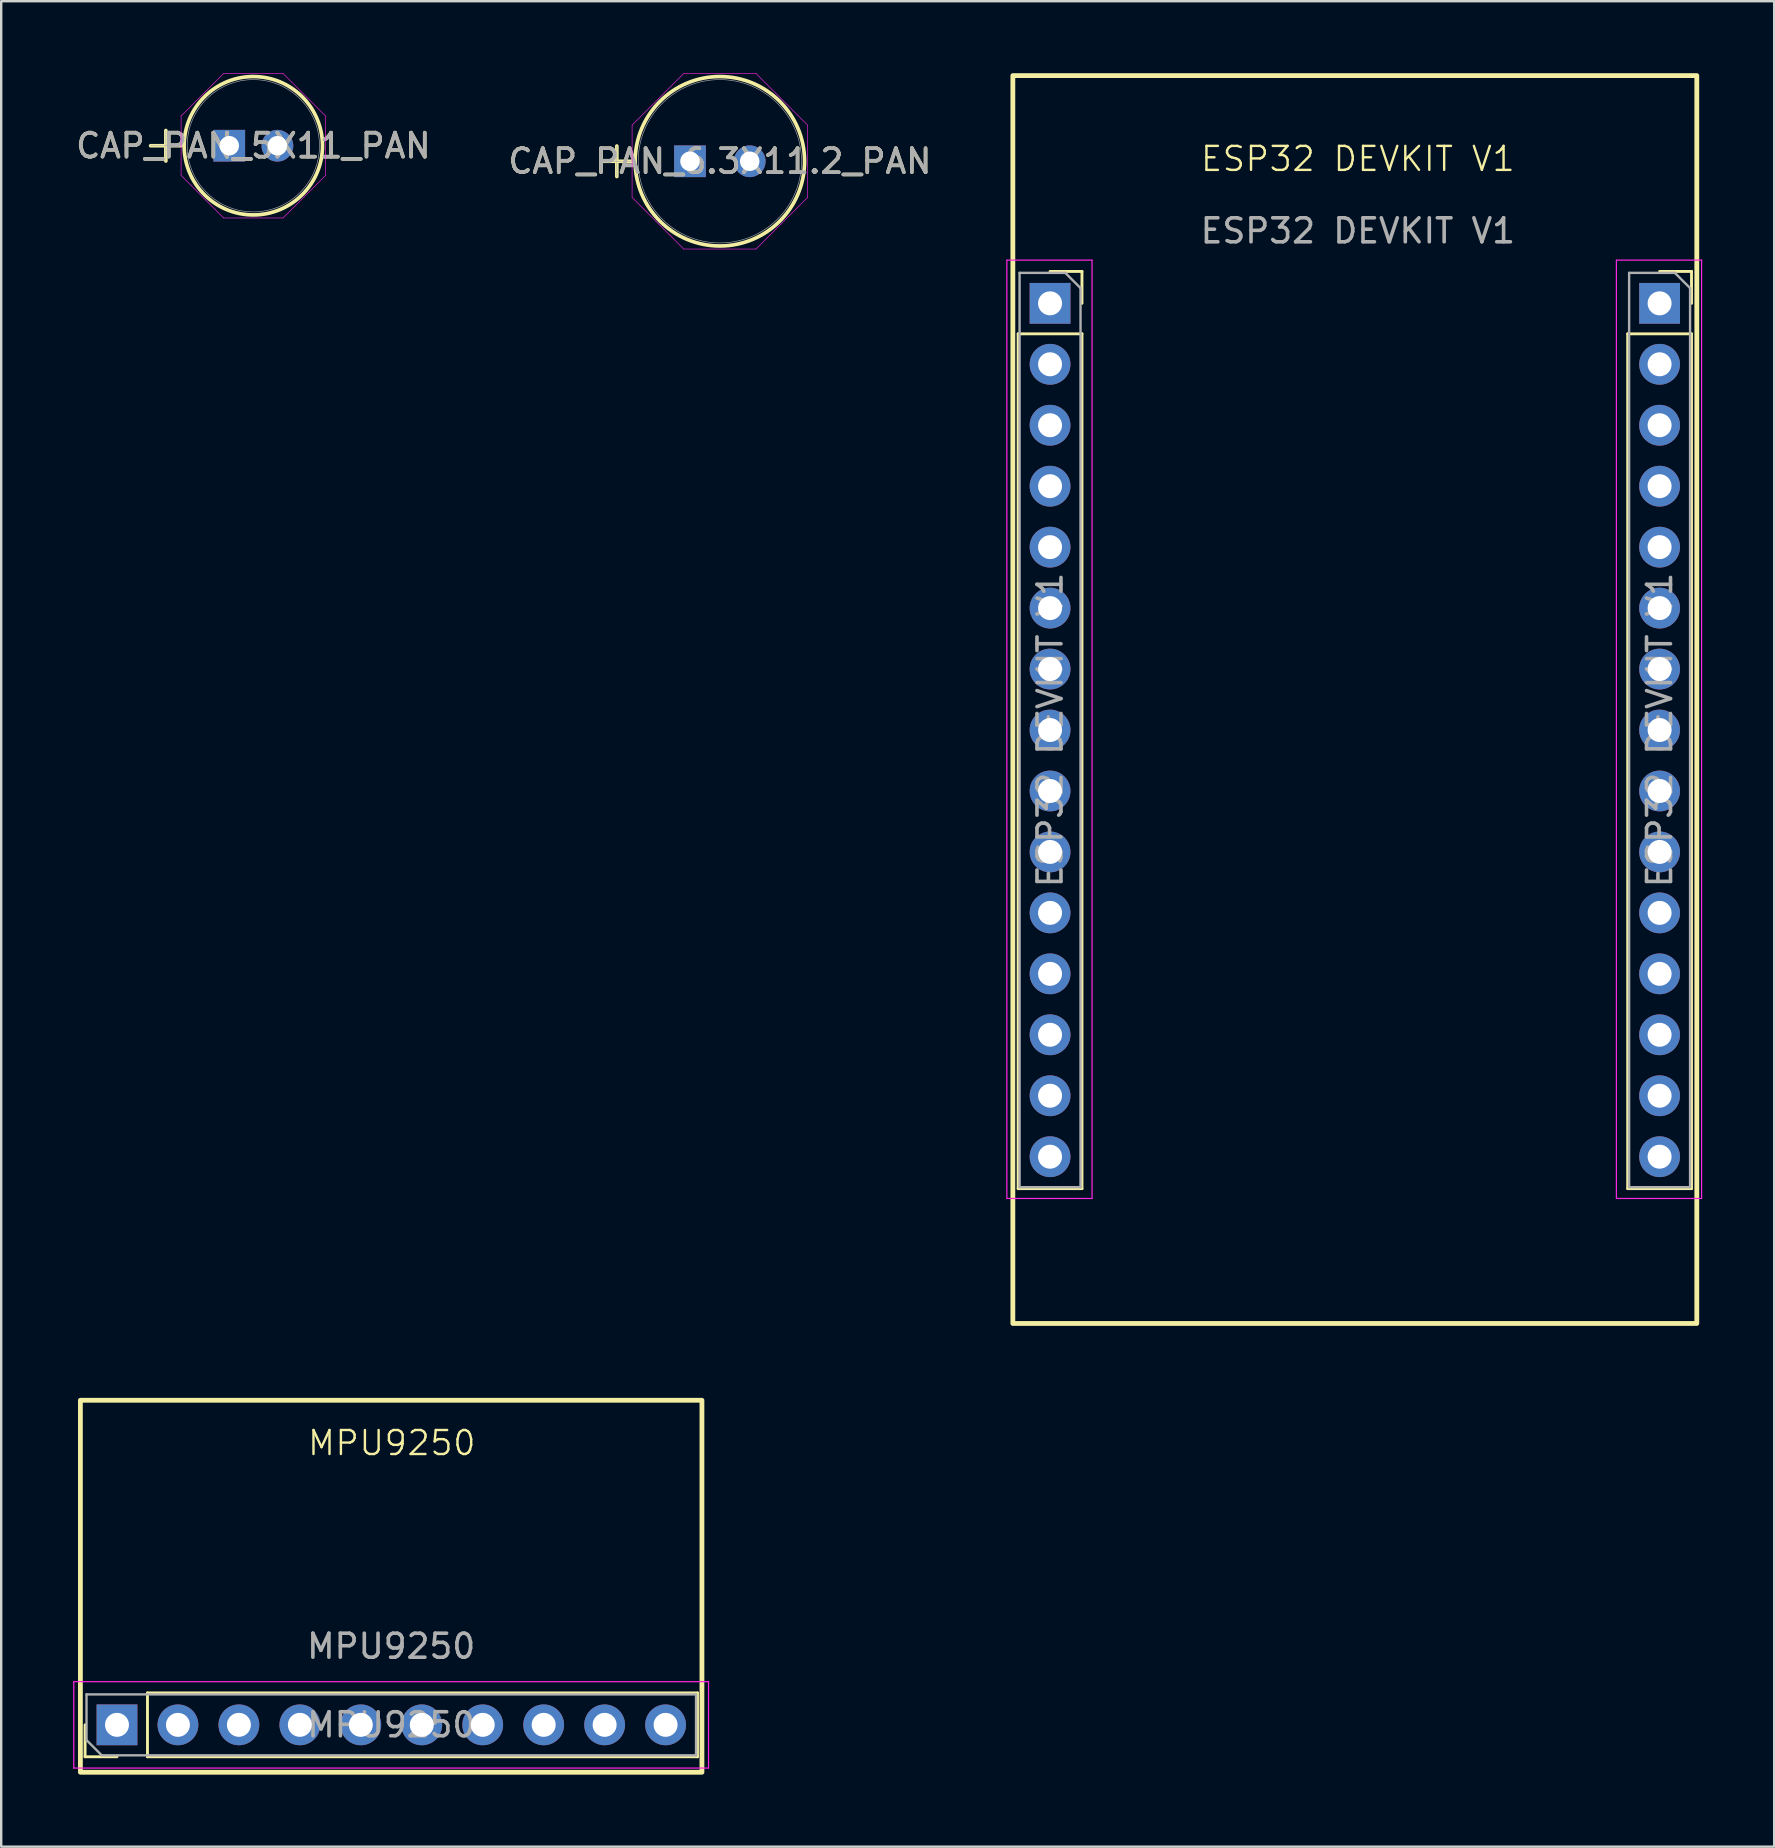
<source format=kicad_pcb>
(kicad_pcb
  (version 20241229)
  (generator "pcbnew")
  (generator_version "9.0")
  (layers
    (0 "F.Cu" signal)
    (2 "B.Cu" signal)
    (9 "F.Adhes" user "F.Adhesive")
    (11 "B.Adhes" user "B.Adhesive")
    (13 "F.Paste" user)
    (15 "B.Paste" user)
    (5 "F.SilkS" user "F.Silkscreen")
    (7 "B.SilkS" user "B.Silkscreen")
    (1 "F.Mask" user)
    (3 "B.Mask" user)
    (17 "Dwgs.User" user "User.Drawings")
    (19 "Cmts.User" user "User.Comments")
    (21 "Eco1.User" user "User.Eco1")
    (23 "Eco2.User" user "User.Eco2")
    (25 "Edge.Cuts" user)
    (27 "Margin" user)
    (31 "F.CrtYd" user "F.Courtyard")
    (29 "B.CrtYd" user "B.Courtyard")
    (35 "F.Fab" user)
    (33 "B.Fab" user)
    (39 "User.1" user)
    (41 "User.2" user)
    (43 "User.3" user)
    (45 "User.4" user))
  (footprint "CAP_PAN_5X11_PAN"
    (layer "F.Cu")
    (at 6.503 3.023)
    (property "Reference" "CAP_PAN_5X11_PAN" (at 1.003 0 0) (unlocked yes) (layer "F.SilkS") (effects (font (size 1 1) (thickness 0.15))))
    (attr through_hole)
    (fp_line (start -3.277 0) (end -2.007 0) (stroke (width 0.152) (type solid)) (layer "F.SilkS"))
    (fp_line (start -2.642 -0.635) (end -2.642 0.635) (stroke (width 0.152) (type solid)) (layer "F.SilkS"))
    (fp_circle (center 1.003 0) (end 3.886 0) (stroke (width 0.152) (type solid)) (fill no) (layer "F.SilkS"))
    (fp_line (start -2.007 -1.239) (end -0.236 -3.01) (stroke (width 0.025) (type solid)) (layer "F.CrtYd"))
    (fp_line (start -2.007 1.239) (end -2.007 -1.239) (stroke (width 0.025) (type solid)) (layer "F.CrtYd"))
    (fp_line (start -0.236 -3.01) (end 2.243 -3.01) (stroke (width 0.025) (type solid)) (layer "F.CrtYd"))
    (fp_line (start -0.236 3.01) (end -2.007 1.239) (stroke (width 0.025) (type solid)) (layer "F.CrtYd"))
    (fp_line (start 2.243 -3.01) (end 4.013 -1.239) (stroke (width 0.025) (type solid)) (layer "F.CrtYd"))
    (fp_line (start 2.243 3.01) (end -0.236 3.01) (stroke (width 0.025) (type solid)) (layer "F.CrtYd"))
    (fp_line (start 4.013 -1.239) (end 4.013 1.239) (stroke (width 0.025) (type solid)) (layer "F.CrtYd"))
    (fp_line (start 4.013 1.239) (end 2.243 3.01) (stroke (width 0.025) (type solid)) (layer "F.CrtYd"))
    (fp_line (start -3.277 0) (end -2.007 0) (stroke (width 0.025) (type solid)) (layer "F.Fab"))
    (fp_line (start -2.642 -0.635) (end -2.642 0.635) (stroke (width 0.025) (type solid)) (layer "F.Fab"))
    (fp_circle (center 1.003 0) (end 3.759 0) (stroke (width 0.025) (type solid)) (fill no) (layer "F.Fab"))
    (fp_text user "${REFERENCE}" (at 1.003 0 0) (unlocked yes) (layer "F.Fab") (effects (font (size 1 1) (thickness 0.15))))
    (pad "1" thru_hole rect (at 0 0) (size 1.321 1.321) (drill 0.813) (layers "*.Cu" "*.Mask"))
    (pad "2" thru_hole circle (at 2.007 0) (size 1.321 1.321) (drill 0.813) (layers "*.Cu" "*.Mask")))
  (footprint "ESP32 DEVKIT V1"
    (layer "F.Cu")
    (at 53.406 26.1)
    (property "Reference" "ESP32 DEVKIT V1" (at 0.127 -22.53 0) (unlocked yes) (layer "F.SilkS") (effects (font (size 1 1) (thickness 0.1))))
    (attr smd)
    (fp_line (start -14.03 -15.24) (end -14.03 20.38) (stroke (width 0.12) (type solid)) (layer "F.SilkS"))
    (fp_line (start -14.03 -15.24) (end -11.37 -15.24) (stroke (width 0.12) (type solid)) (layer "F.SilkS"))
    (fp_line (start -14.03 20.38) (end -11.37 20.38) (stroke (width 0.12) (type solid)) (layer "F.SilkS"))
    (fp_line (start -12.7 -17.84) (end -11.37 -17.84) (stroke (width 0.12) (type solid)) (layer "F.SilkS"))
    (fp_line (start -11.37 -17.84) (end -11.37 -16.51) (stroke (width 0.12) (type solid)) (layer "F.SilkS"))
    (fp_line (start -11.37 -15.24) (end -11.37 20.38) (stroke (width 0.12) (type solid)) (layer "F.SilkS"))
    (fp_line (start 11.37 -15.24) (end 11.37 20.38) (stroke (width 0.12) (type solid)) (layer "F.SilkS"))
    (fp_line (start 11.37 -15.24) (end 14.03 -15.24) (stroke (width 0.12) (type solid)) (layer "F.SilkS"))
    (fp_line (start 11.37 20.38) (end 14.03 20.38) (stroke (width 0.12) (type solid)) (layer "F.SilkS"))
    (fp_line (start 12.7 -17.84) (end 14.03 -17.84) (stroke (width 0.12) (type solid)) (layer "F.SilkS"))
    (fp_line (start 14.03 -17.84) (end 14.03 -16.51) (stroke (width 0.12) (type solid)) (layer "F.SilkS"))
    (fp_line (start 14.03 -15.24) (end 14.03 20.38) (stroke (width 0.12) (type solid)) (layer "F.SilkS"))
    (fp_rect (start -14.25 -26) (end 14.25 26) (stroke (width 0.2) (type default)) (fill no) (layer "F.SilkS"))
    (fp_line (start -14.5 -18.31) (end -10.95 -18.31) (stroke (width 0.05) (type solid)) (layer "F.CrtYd"))
    (fp_line (start -14.5 20.79) (end -14.5 -18.31) (stroke (width 0.05) (type solid)) (layer "F.CrtYd"))
    (fp_line (start -10.95 -18.31) (end -10.95 20.79) (stroke (width 0.05) (type solid)) (layer "F.CrtYd"))
    (fp_line (start -10.95 20.79) (end -14.5 20.79) (stroke (width 0.05) (type solid)) (layer "F.CrtYd"))
    (fp_line (start 10.9 -18.31) (end 14.45 -18.31) (stroke (width 0.05) (type solid)) (layer "F.CrtYd"))
    (fp_line (start 10.9 20.79) (end 10.9 -18.31) (stroke (width 0.05) (type solid)) (layer "F.CrtYd"))
    (fp_line (start 14.45 -18.31) (end 14.45 20.79) (stroke (width 0.05) (type solid)) (layer "F.CrtYd"))
    (fp_line (start 14.45 20.79) (end 10.9 20.79) (stroke (width 0.05) (type solid)) (layer "F.CrtYd"))
    (fp_line (start -13.97 -17.78) (end -12.065 -17.78) (stroke (width 0.1) (type solid)) (layer "F.Fab"))
    (fp_line (start -13.97 20.32) (end -13.97 -17.78) (stroke (width 0.1) (type solid)) (layer "F.Fab"))
    (fp_line (start -12.065 -17.78) (end -11.43 -17.145) (stroke (width 0.1) (type solid)) (layer "F.Fab"))
    (fp_line (start -11.43 -17.145) (end -11.43 20.32) (stroke (width 0.1) (type solid)) (layer "F.Fab"))
    (fp_line (start -11.43 20.32) (end -13.97 20.32) (stroke (width 0.1) (type solid)) (layer "F.Fab"))
    (fp_line (start 11.43 -17.78) (end 13.335 -17.78) (stroke (width 0.1) (type solid)) (layer "F.Fab"))
    (fp_line (start 11.43 20.32) (end 11.43 -17.78) (stroke (width 0.1) (type solid)) (layer "F.Fab"))
    (fp_line (start 13.335 -17.78) (end 13.97 -17.145) (stroke (width 0.1) (type solid)) (layer "F.Fab"))
    (fp_line (start 13.97 -17.145) (end 13.97 20.32) (stroke (width 0.1) (type solid)) (layer "F.Fab"))
    (fp_line (start 13.97 20.32) (end 11.43 20.32) (stroke (width 0.1) (type solid)) (layer "F.Fab"))
    (fp_text user "${REFERENCE}" (at -12.7 1.27 90) (layer "F.Fab") (effects (font (size 1 1) (thickness 0.15))))
    (fp_text user "${REFERENCE}" (at 12.7 1.27 90) (layer "F.Fab") (effects (font (size 1 1) (thickness 0.15))))
    (fp_text user "${REFERENCE}" (at 0.127 -19.53 0) (unlocked yes) (layer "F.Fab") (effects (font (size 1 1) (thickness 0.15))))
    (pad "1" thru_hole rect (at -12.7 -16.51) (size 1.7 1.7) (drill 1) (layers "*.Cu" "*.Mask"))
    (pad "2" thru_hole oval (at -12.7 -13.97) (size 1.7 1.7) (drill 1) (layers "*.Cu" "*.Mask"))
    (pad "3" thru_hole oval (at -12.7 -11.43) (size 1.7 1.7) (drill 1) (layers "*.Cu" "*.Mask"))
    (pad "4" thru_hole oval (at -12.7 -8.89) (size 1.7 1.7) (drill 1) (layers "*.Cu" "*.Mask"))
    (pad "5" thru_hole oval (at -12.7 -6.35) (size 1.7 1.7) (drill 1) (layers "*.Cu" "*.Mask"))
    (pad "6" thru_hole oval (at -12.7 -3.81) (size 1.7 1.7) (drill 1) (layers "*.Cu" "*.Mask"))
    (pad "7" thru_hole oval (at -12.7 -1.27) (size 1.7 1.7) (drill 1) (layers "*.Cu" "*.Mask"))
    (pad "8" thru_hole oval (at -12.7 1.27) (size 1.7 1.7) (drill 1) (layers "*.Cu" "*.Mask"))
    (pad "9" thru_hole oval (at -12.7 3.81) (size 1.7 1.7) (drill 1) (layers "*.Cu" "*.Mask"))
    (pad "10" thru_hole oval (at -12.7 6.35) (size 1.7 1.7) (drill 1) (layers "*.Cu" "*.Mask"))
    (pad "11" thru_hole oval (at -12.7 8.89) (size 1.7 1.7) (drill 1) (layers "*.Cu" "*.Mask"))
    (pad "12" thru_hole oval (at -12.7 11.43) (size 1.7 1.7) (drill 1) (layers "*.Cu" "*.Mask"))
    (pad "13" thru_hole oval (at -12.7 13.97) (size 1.7 1.7) (drill 1) (layers "*.Cu" "*.Mask"))
    (pad "14" thru_hole oval (at -12.7 16.51) (size 1.7 1.7) (drill 1) (layers "*.Cu" "*.Mask"))
    (pad "15" thru_hole oval (at -12.7 19.05) (size 1.7 1.7) (drill 1) (layers "*.Cu" "*.Mask"))
    (pad "16" thru_hole rect (at 12.7 -16.51) (size 1.7 1.7) (drill 1) (layers "*.Cu" "*.Mask"))
    (pad "17" thru_hole oval (at 12.7 -13.97) (size 1.7 1.7) (drill 1) (layers "*.Cu" "*.Mask"))
    (pad "18" thru_hole oval (at 12.7 -11.43) (size 1.7 1.7) (drill 1) (layers "*.Cu" "*.Mask"))
    (pad "19" thru_hole oval (at 12.7 -8.89) (size 1.7 1.7) (drill 1) (layers "*.Cu" "*.Mask"))
    (pad "20" thru_hole oval (at 12.7 -6.35) (size 1.7 1.7) (drill 1) (layers "*.Cu" "*.Mask"))
    (pad "21" thru_hole oval (at 12.7 -3.81) (size 1.7 1.7) (drill 1) (layers "*.Cu" "*.Mask"))
    (pad "22" thru_hole oval (at 12.7 -1.27) (size 1.7 1.7) (drill 1) (layers "*.Cu" "*.Mask"))
    (pad "23" thru_hole oval (at 12.7 1.27) (size 1.7 1.7) (drill 1) (layers "*.Cu" "*.Mask"))
    (pad "24" thru_hole oval (at 12.7 3.81) (size 1.7 1.7) (drill 1) (layers "*.Cu" "*.Mask"))
    (pad "25" thru_hole oval (at 12.7 6.35) (size 1.7 1.7) (drill 1) (layers "*.Cu" "*.Mask"))
    (pad "26" thru_hole oval (at 12.7 8.89) (size 1.7 1.7) (drill 1) (layers "*.Cu" "*.Mask"))
    (pad "27" thru_hole oval (at 12.7 11.43) (size 1.7 1.7) (drill 1) (layers "*.Cu" "*.Mask"))
    (pad "28" thru_hole oval (at 12.7 13.97) (size 1.7 1.7) (drill 1) (layers "*.Cu" "*.Mask"))
    (pad "29" thru_hole oval (at 12.7 16.51) (size 1.7 1.7) (drill 1) (layers "*.Cu" "*.Mask"))
    (pad "30" thru_hole oval (at 12.7 19.05) (size 1.7 1.7) (drill 1) (layers "*.Cu" "*.Mask")))
  (footprint "MPU9250"
    (layer "F.Cu")
    (at 13.25 63.05)
    (property "Reference" "MPU9250" (at 0.025 -5.969 0) (unlocked yes) (layer "F.SilkS") (effects (font (size 1 1) (thickness 0.1))))
    (attr smd)
    (fp_line (start -12.755 7.105) (end -12.755 5.775) (stroke (width 0.12) (type solid)) (layer "F.SilkS"))
    (fp_line (start -11.425 7.105) (end -12.755 7.105) (stroke (width 0.12) (type solid)) (layer "F.SilkS"))
    (fp_line (start -10.155 4.445) (end 12.765 4.445) (stroke (width 0.12) (type solid)) (layer "F.SilkS"))
    (fp_line (start -10.155 7.105) (end -10.155 4.445) (stroke (width 0.12) (type solid)) (layer "F.SilkS"))
    (fp_line (start -10.155 7.105) (end 12.765 7.105) (stroke (width 0.12) (type solid)) (layer "F.SilkS"))
    (fp_line (start 12.765 7.105) (end 12.765 4.445) (stroke (width 0.12) (type solid)) (layer "F.SilkS"))
    (fp_rect (start -12.95 -7.75) (end 12.95 7.75) (stroke (width 0.2) (type default)) (fill no) (layer "F.SilkS"))
    (fp_line (start -13.225 3.975) (end -13.225 7.575) (stroke (width 0.05) (type solid)) (layer "F.CrtYd"))
    (fp_line (start -13.225 7.575) (end 13.225 7.575) (stroke (width 0.05) (type solid)) (layer "F.CrtYd"))
    (fp_line (start 13.225 3.975) (end -13.225 3.975) (stroke (width 0.05) (type solid)) (layer "F.CrtYd"))
    (fp_line (start 13.225 7.575) (end 13.225 3.975) (stroke (width 0.05) (type solid)) (layer "F.CrtYd"))
    (fp_line (start -12.695 4.505) (end 12.705 4.505) (stroke (width 0.1) (type solid)) (layer "F.Fab"))
    (fp_line (start -12.695 6.41) (end -12.695 4.505) (stroke (width 0.1) (type solid)) (layer "F.Fab"))
    (fp_line (start -12.06 7.045) (end -12.695 6.41) (stroke (width 0.1) (type solid)) (layer "F.Fab"))
    (fp_line (start 12.705 4.505) (end 12.705 7.045) (stroke (width 0.1) (type solid)) (layer "F.Fab"))
    (fp_line (start 12.705 7.045) (end -12.06 7.045) (stroke (width 0.1) (type solid)) (layer "F.Fab"))
    (fp_text user "${REFERENCE}" (at 0.005 5.775 180) (layer "F.Fab") (effects (font (size 1 1) (thickness 0.15))))
    (fp_text user "${REFERENCE}" (at 0 2.5 0) (unlocked yes) (layer "F.Fab") (effects (font (size 1 1) (thickness 0.15))))
    (pad "1" thru_hole rect (at -11.425 5.775 90) (size 1.7 1.7) (drill 1) (layers "*.Cu" "*.Mask"))
    (pad "2" thru_hole oval (at -8.885 5.775 90) (size 1.7 1.7) (drill 1) (layers "*.Cu" "*.Mask"))
    (pad "3" thru_hole oval (at -6.345 5.775 90) (size 1.7 1.7) (drill 1) (layers "*.Cu" "*.Mask"))
    (pad "4" thru_hole oval (at -3.805 5.775 90) (size 1.7 1.7) (drill 1) (layers "*.Cu" "*.Mask"))
    (pad "5" thru_hole oval (at -1.265 5.775 90) (size 1.7 1.7) (drill 1) (layers "*.Cu" "*.Mask"))
    (pad "6" thru_hole oval (at 1.275 5.775 90) (size 1.7 1.7) (drill 1) (layers "*.Cu" "*.Mask"))
    (pad "7" thru_hole oval (at 3.815 5.775 90) (size 1.7 1.7) (drill 1) (layers "*.Cu" "*.Mask"))
    (pad "8" thru_hole oval (at 6.355 5.775 90) (size 1.7 1.7) (drill 1) (layers "*.Cu" "*.Mask"))
    (pad "9" thru_hole oval (at 8.895 5.775 90) (size 1.7 1.7) (drill 1) (layers "*.Cu" "*.Mask"))
    (pad "10" thru_hole oval (at 11.435 5.775 90) (size 1.7 1.7) (drill 1) (layers "*.Cu" "*.Mask")))
  (footprint "CAP_PAN_6.3X11.2_PAN"
    (layer "F.Cu")
    (at 25.702 3.67)
    (property "Reference" "CAP_PAN_6.3X11.2_PAN" (at 1.245 0 0) (unlocked yes) (layer "F.SilkS") (effects (font (size 1 1) (thickness 0.15))))
    (attr through_hole)
    (fp_line (start -3.683 0) (end -2.413 0) (stroke (width 0.152) (type solid)) (layer "F.SilkS"))
    (fp_line (start -3.048 -0.635) (end -3.048 0.635) (stroke (width 0.152) (type solid)) (layer "F.SilkS"))
    (fp_circle (center 1.245 0) (end 4.775 0) (stroke (width 0.152) (type solid)) (fill no) (layer "F.SilkS"))
    (fp_line (start -2.413 -1.506) (end -0.261 -3.658) (stroke (width 0.025) (type solid)) (layer "F.CrtYd"))
    (fp_line (start -2.413 1.506) (end -2.413 -1.506) (stroke (width 0.025) (type solid)) (layer "F.CrtYd"))
    (fp_line (start -0.261 -3.658) (end 2.751 -3.658) (stroke (width 0.025) (type solid)) (layer "F.CrtYd"))
    (fp_line (start -0.261 3.658) (end -2.413 1.506) (stroke (width 0.025) (type solid)) (layer "F.CrtYd"))
    (fp_line (start 2.751 -3.658) (end 4.902 -1.506) (stroke (width 0.025) (type solid)) (layer "F.CrtYd"))
    (fp_line (start 2.751 3.658) (end -0.261 3.658) (stroke (width 0.025) (type solid)) (layer "F.CrtYd"))
    (fp_line (start 4.902 -1.506) (end 4.902 1.506) (stroke (width 0.025) (type solid)) (layer "F.CrtYd"))
    (fp_line (start 4.902 1.506) (end 2.751 3.658) (stroke (width 0.025) (type solid)) (layer "F.CrtYd"))
    (fp_line (start -3.683 0) (end -2.413 0) (stroke (width 0.025) (type solid)) (layer "F.Fab"))
    (fp_line (start -3.048 -0.635) (end -3.048 0.635) (stroke (width 0.025) (type solid)) (layer "F.Fab"))
    (fp_circle (center 1.245 0) (end 4.648 0) (stroke (width 0.025) (type solid)) (fill no) (layer "F.Fab"))
    (fp_text user "${REFERENCE}" (at 1.245 0 0) (unlocked yes) (layer "F.Fab") (effects (font (size 1 1) (thickness 0.15))))
    (pad "1" thru_hole rect (at 0 0) (size 1.321 1.321) (drill 0.813) (layers "*.Cu" "*.Mask"))
    (pad "2" thru_hole circle (at 2.489 0) (size 1.321 1.321) (drill 0.813) (layers "*.Cu" "*.Mask")))
  (gr_rect
    (start -3 -3)
    (end 70.881 73.9)
    (stroke (width 0.1) (type default))
    (fill no)
    (layer "Edge.Cuts")))
</source>
